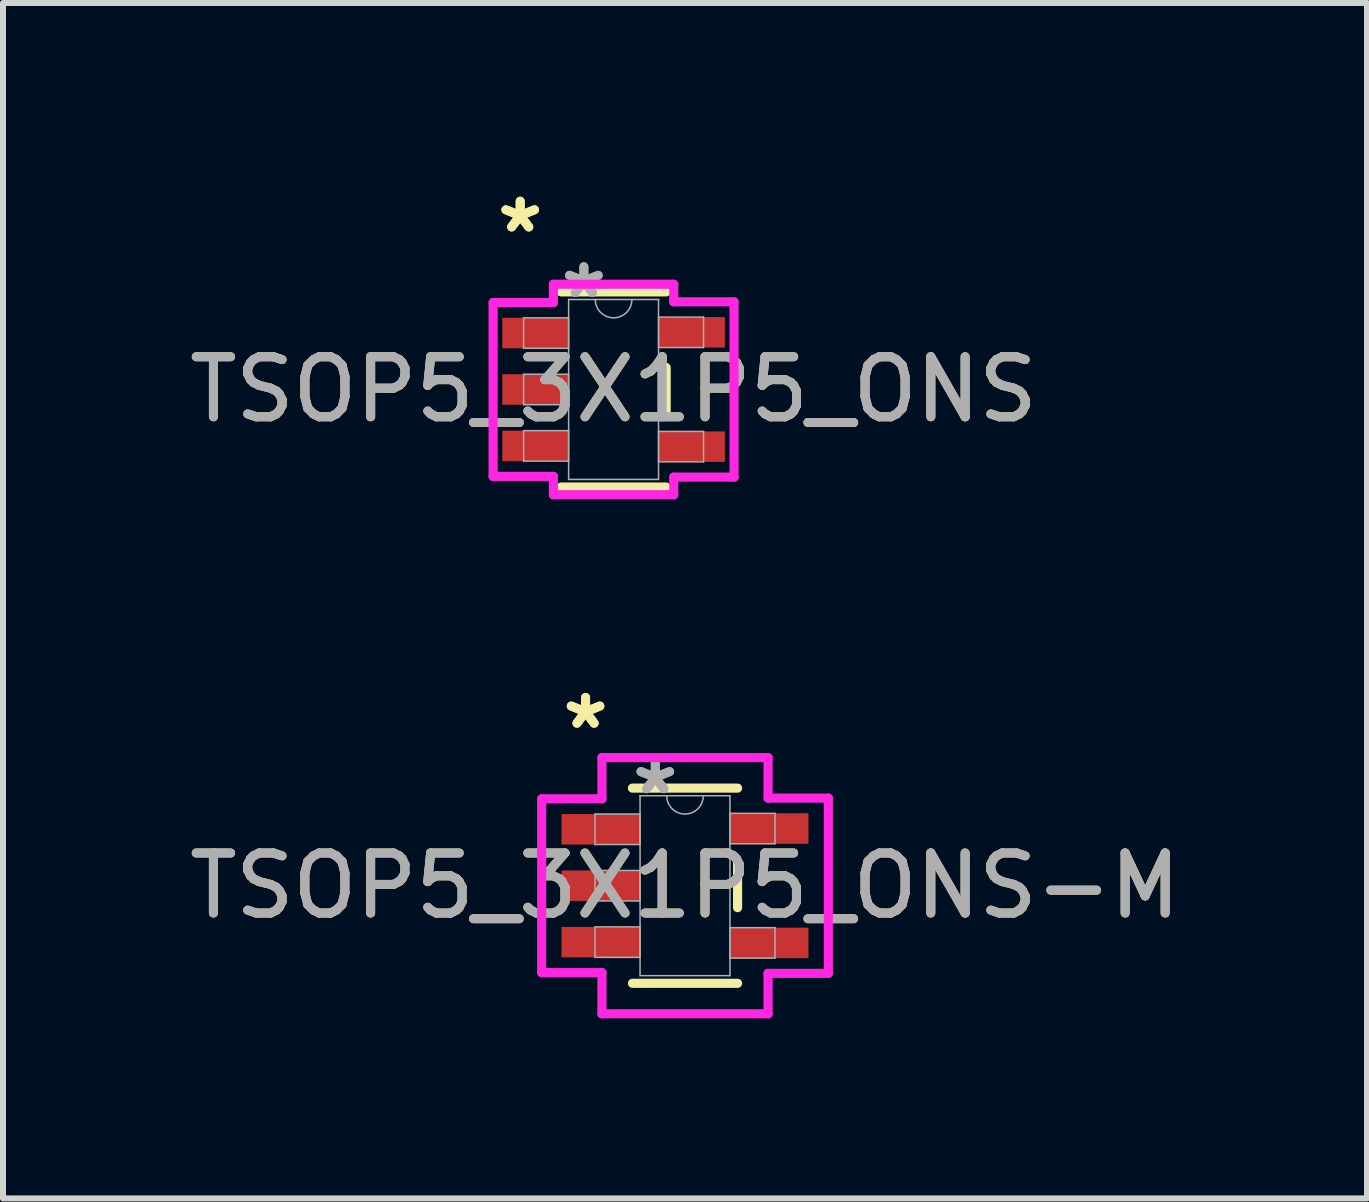
<source format=kicad_pcb>
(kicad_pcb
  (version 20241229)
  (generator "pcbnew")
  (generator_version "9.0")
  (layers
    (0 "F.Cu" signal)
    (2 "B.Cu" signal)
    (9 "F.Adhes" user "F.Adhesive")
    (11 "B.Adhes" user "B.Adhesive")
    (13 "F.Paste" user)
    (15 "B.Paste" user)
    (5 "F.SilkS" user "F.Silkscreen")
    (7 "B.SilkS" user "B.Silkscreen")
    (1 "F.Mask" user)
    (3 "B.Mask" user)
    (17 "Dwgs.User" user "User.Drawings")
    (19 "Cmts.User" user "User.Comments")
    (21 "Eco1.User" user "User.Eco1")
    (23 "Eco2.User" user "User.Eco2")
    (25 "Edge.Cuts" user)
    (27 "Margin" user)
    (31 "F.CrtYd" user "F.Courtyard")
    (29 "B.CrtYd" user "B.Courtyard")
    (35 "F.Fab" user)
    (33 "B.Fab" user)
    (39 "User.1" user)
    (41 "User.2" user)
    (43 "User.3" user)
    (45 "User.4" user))
  (footprint "TSOP5_3X1P5_ONS"
    (layer "F.Cu")
    (at 7.173 3.439)
    (property "Reference" "TSOP5_3X1P5_ONS" (at 0 0 0) (unlocked yes) (layer "F.SilkS") (effects (font (size 1 1) (thickness 0.15))))
    (attr smd)
    (fp_line (start -0.876 1.626) (end 0.876 1.626) (stroke (width 0.152) (type solid)) (layer "F.SilkS"))
    (fp_line (start 0.876 -1.626) (end -0.876 -1.626) (stroke (width 0.152) (type solid)) (layer "F.SilkS"))
    (fp_line (start 0.876 0.366) (end 0.876 -0.366) (stroke (width 0.152) (type solid)) (layer "F.SilkS"))
    (fp_line (start -2.007 -1.448) (end -1.003 -1.448) (stroke (width 0.152) (type solid)) (layer "F.CrtYd"))
    (fp_line (start -2.007 1.448) (end -2.007 -1.448) (stroke (width 0.152) (type solid)) (layer "F.CrtYd"))
    (fp_line (start -1.003 -1.753) (end 1.003 -1.753) (stroke (width 0.152) (type solid)) (layer "F.CrtYd"))
    (fp_line (start -1.003 -1.448) (end -1.003 -1.753) (stroke (width 0.152) (type solid)) (layer "F.CrtYd"))
    (fp_line (start -1.003 1.448) (end -2.007 1.448) (stroke (width 0.152) (type solid)) (layer "F.CrtYd"))
    (fp_line (start -1.003 1.753) (end -1.003 1.448) (stroke (width 0.152) (type solid)) (layer "F.CrtYd"))
    (fp_line (start 1.003 -1.753) (end 1.003 -1.46) (stroke (width 0.152) (type solid)) (layer "F.CrtYd"))
    (fp_line (start 1.003 -1.46) (end 2.007 -1.46) (stroke (width 0.152) (type solid)) (layer "F.CrtYd"))
    (fp_line (start 1.003 1.46) (end 1.003 1.753) (stroke (width 0.152) (type solid)) (layer "F.CrtYd"))
    (fp_line (start 1.003 1.753) (end -1.003 1.753) (stroke (width 0.152) (type solid)) (layer "F.CrtYd"))
    (fp_line (start 2.007 -1.46) (end 2.007 1.46) (stroke (width 0.152) (type solid)) (layer "F.CrtYd"))
    (fp_line (start 2.007 1.46) (end 1.003 1.46) (stroke (width 0.152) (type solid)) (layer "F.CrtYd"))
    (fp_line (start -1.499 -1.194) (end -1.499 -0.686) (stroke (width 0.025) (type solid)) (layer "F.Fab"))
    (fp_line (start -1.499 -0.686) (end -0.749 -0.686) (stroke (width 0.025) (type solid)) (layer "F.Fab"))
    (fp_line (start -1.499 -0.254) (end -1.499 0.254) (stroke (width 0.025) (type solid)) (layer "F.Fab"))
    (fp_line (start -1.499 0.254) (end -0.749 0.254) (stroke (width 0.025) (type solid)) (layer "F.Fab"))
    (fp_line (start -1.499 0.686) (end -1.499 1.194) (stroke (width 0.025) (type solid)) (layer "F.Fab"))
    (fp_line (start -1.499 1.194) (end -0.749 1.194) (stroke (width 0.025) (type solid)) (layer "F.Fab"))
    (fp_line (start -0.749 -1.499) (end -0.749 1.499) (stroke (width 0.025) (type solid)) (layer "F.Fab"))
    (fp_line (start -0.749 -1.194) (end -1.499 -1.194) (stroke (width 0.025) (type solid)) (layer "F.Fab"))
    (fp_line (start -0.749 -0.686) (end -0.749 -1.194) (stroke (width 0.025) (type solid)) (layer "F.Fab"))
    (fp_line (start -0.749 -0.254) (end -1.499 -0.254) (stroke (width 0.025) (type solid)) (layer "F.Fab"))
    (fp_line (start -0.749 0.254) (end -0.749 -0.254) (stroke (width 0.025) (type solid)) (layer "F.Fab"))
    (fp_line (start -0.749 0.686) (end -1.499 0.686) (stroke (width 0.025) (type solid)) (layer "F.Fab"))
    (fp_line (start -0.749 1.194) (end -0.749 0.686) (stroke (width 0.025) (type solid)) (layer "F.Fab"))
    (fp_line (start -0.749 1.499) (end 0.749 1.499) (stroke (width 0.025) (type solid)) (layer "F.Fab"))
    (fp_line (start 0.749 -1.499) (end -0.749 -1.499) (stroke (width 0.025) (type solid)) (layer "F.Fab"))
    (fp_line (start 0.749 -1.206) (end 0.749 -0.699) (stroke (width 0.025) (type solid)) (layer "F.Fab"))
    (fp_line (start 0.749 -0.699) (end 1.499 -0.699) (stroke (width 0.025) (type solid)) (layer "F.Fab"))
    (fp_line (start 0.749 0.699) (end 0.749 1.206) (stroke (width 0.025) (type solid)) (layer "F.Fab"))
    (fp_line (start 0.749 1.206) (end 1.499 1.206) (stroke (width 0.025) (type solid)) (layer "F.Fab"))
    (fp_line (start 0.749 1.499) (end 0.749 -1.499) (stroke (width 0.025) (type solid)) (layer "F.Fab"))
    (fp_line (start 1.499 -1.206) (end 0.749 -1.206) (stroke (width 0.025) (type solid)) (layer "F.Fab"))
    (fp_line (start 1.499 -0.699) (end 1.499 -1.206) (stroke (width 0.025) (type solid)) (layer "F.Fab"))
    (fp_line (start 1.499 0.699) (end 0.749 0.699) (stroke (width 0.025) (type solid)) (layer "F.Fab"))
    (fp_line (start 1.499 1.206) (end 1.499 0.699) (stroke (width 0.025) (type solid)) (layer "F.Fab"))
    (fp_arc (start 0.3048 -1.4986) (mid 0 -1.1938) (end -0.3048 -1.4986) (stroke (width 0.0254) (type solid)) (layer "F.Fab"))
    (fp_text user "*" (at -1.556 -2.591 0) (layer "F.SilkS") (effects (font (size 1 1) (thickness 0.15))))
    (fp_text user "*" (at -1.556 -2.591 0) (unlocked yes) (layer "F.SilkS") (effects (font (size 1 1) (thickness 0.15))))
    (fp_text user "${REFERENCE}" (at 0 0 0) (unlocked yes) (layer "F.Fab") (effects (font (size 1 1) (thickness 0.15))))
    (fp_text user "*" (at -0.495 -1.499 0) (unlocked yes) (layer "F.Fab") (effects (font (size 1 1) (thickness 0.15))))
    (fp_text user "*" (at -0.495 -1.499 0) (layer "F.Fab") (effects (font (size 1 1) (thickness 0.15))))
    (pad "1" smd rect (at -1.302 -0.94) (size 1.105 0.508) (layers "F.Cu" "F.Mask" "F.Paste"))
    (pad "2" smd rect (at -1.302 0) (size 1.105 0.508) (layers "F.Cu" "F.Mask" "F.Paste"))
    (pad "3" smd rect (at -1.302 0.94) (size 1.105 0.508) (layers "F.Cu" "F.Mask" "F.Paste"))
    (pad "4" smd rect (at 1.302 0.953) (size 1.105 0.508) (layers "F.Cu" "F.Mask" "F.Paste"))
    (pad "5" smd rect (at 1.302 -0.953) (size 1.105 0.508) (layers "F.Cu" "F.Mask" "F.Paste")))
  (footprint "TSOP5_3X1P5_ONS-M"
    (layer "F.Cu")
    (at 8.363 11.707)
    (property "Reference" "TSOP5_3X1P5_ONS-M" (at 0 0 0) (unlocked yes) (layer "F.SilkS") (effects (font (size 1 1) (thickness 0.15))))
    (attr smd)
    (fp_line (start -0.876 1.626) (end 0.876 1.626) (stroke (width 0.152) (type solid)) (layer "F.SilkS"))
    (fp_line (start 0.876 -1.626) (end -0.876 -1.626) (stroke (width 0.152) (type solid)) (layer "F.SilkS"))
    (fp_line (start 0.876 0.366) (end 0.876 -0.366) (stroke (width 0.152) (type solid)) (layer "F.SilkS"))
    (fp_line (start -2.388 -1.448) (end -1.384 -1.448) (stroke (width 0.152) (type solid)) (layer "F.CrtYd"))
    (fp_line (start -2.388 1.448) (end -2.388 -1.448) (stroke (width 0.152) (type solid)) (layer "F.CrtYd"))
    (fp_line (start -1.384 -2.134) (end 1.384 -2.134) (stroke (width 0.152) (type solid)) (layer "F.CrtYd"))
    (fp_line (start -1.384 -1.448) (end -1.384 -2.134) (stroke (width 0.152) (type solid)) (layer "F.CrtYd"))
    (fp_line (start -1.384 1.448) (end -2.388 1.448) (stroke (width 0.152) (type solid)) (layer "F.CrtYd"))
    (fp_line (start -1.384 2.134) (end -1.384 1.448) (stroke (width 0.152) (type solid)) (layer "F.CrtYd"))
    (fp_line (start 1.384 -2.134) (end 1.384 -1.46) (stroke (width 0.152) (type solid)) (layer "F.CrtYd"))
    (fp_line (start 1.384 -1.46) (end 2.388 -1.46) (stroke (width 0.152) (type solid)) (layer "F.CrtYd"))
    (fp_line (start 1.384 1.46) (end 1.384 2.134) (stroke (width 0.152) (type solid)) (layer "F.CrtYd"))
    (fp_line (start 1.384 2.134) (end -1.384 2.134) (stroke (width 0.152) (type solid)) (layer "F.CrtYd"))
    (fp_line (start 2.388 -1.46) (end 2.388 1.46) (stroke (width 0.152) (type solid)) (layer "F.CrtYd"))
    (fp_line (start 2.388 1.46) (end 1.384 1.46) (stroke (width 0.152) (type solid)) (layer "F.CrtYd"))
    (fp_line (start -1.499 -1.194) (end -1.499 -0.686) (stroke (width 0.025) (type solid)) (layer "F.Fab"))
    (fp_line (start -1.499 -0.686) (end -0.749 -0.686) (stroke (width 0.025) (type solid)) (layer "F.Fab"))
    (fp_line (start -1.499 -0.254) (end -1.499 0.254) (stroke (width 0.025) (type solid)) (layer "F.Fab"))
    (fp_line (start -1.499 0.254) (end -0.749 0.254) (stroke (width 0.025) (type solid)) (layer "F.Fab"))
    (fp_line (start -1.499 0.686) (end -1.499 1.194) (stroke (width 0.025) (type solid)) (layer "F.Fab"))
    (fp_line (start -1.499 1.194) (end -0.749 1.194) (stroke (width 0.025) (type solid)) (layer "F.Fab"))
    (fp_line (start -0.749 -1.499) (end -0.749 1.499) (stroke (width 0.025) (type solid)) (layer "F.Fab"))
    (fp_line (start -0.749 -1.194) (end -1.499 -1.194) (stroke (width 0.025) (type solid)) (layer "F.Fab"))
    (fp_line (start -0.749 -0.686) (end -0.749 -1.194) (stroke (width 0.025) (type solid)) (layer "F.Fab"))
    (fp_line (start -0.749 -0.254) (end -1.499 -0.254) (stroke (width 0.025) (type solid)) (layer "F.Fab"))
    (fp_line (start -0.749 0.254) (end -0.749 -0.254) (stroke (width 0.025) (type solid)) (layer "F.Fab"))
    (fp_line (start -0.749 0.686) (end -1.499 0.686) (stroke (width 0.025) (type solid)) (layer "F.Fab"))
    (fp_line (start -0.749 1.194) (end -0.749 0.686) (stroke (width 0.025) (type solid)) (layer "F.Fab"))
    (fp_line (start -0.749 1.499) (end 0.749 1.499) (stroke (width 0.025) (type solid)) (layer "F.Fab"))
    (fp_line (start 0.749 -1.499) (end -0.749 -1.499) (stroke (width 0.025) (type solid)) (layer "F.Fab"))
    (fp_line (start 0.749 -1.206) (end 0.749 -0.699) (stroke (width 0.025) (type solid)) (layer "F.Fab"))
    (fp_line (start 0.749 -0.699) (end 1.499 -0.699) (stroke (width 0.025) (type solid)) (layer "F.Fab"))
    (fp_line (start 0.749 0.699) (end 0.749 1.206) (stroke (width 0.025) (type solid)) (layer "F.Fab"))
    (fp_line (start 0.749 1.206) (end 1.499 1.206) (stroke (width 0.025) (type solid)) (layer "F.Fab"))
    (fp_line (start 0.749 1.499) (end 0.749 -1.499) (stroke (width 0.025) (type solid)) (layer "F.Fab"))
    (fp_line (start 1.499 -1.206) (end 0.749 -1.206) (stroke (width 0.025) (type solid)) (layer "F.Fab"))
    (fp_line (start 1.499 -0.699) (end 1.499 -1.206) (stroke (width 0.025) (type solid)) (layer "F.Fab"))
    (fp_line (start 1.499 0.699) (end 0.749 0.699) (stroke (width 0.025) (type solid)) (layer "F.Fab"))
    (fp_line (start 1.499 1.206) (end 1.499 0.699) (stroke (width 0.025) (type solid)) (layer "F.Fab"))
    (fp_arc (start 0.3048 -1.4986) (mid 0 -1.1938) (end -0.3048 -1.4986) (stroke (width 0.0254) (type solid)) (layer "F.Fab"))
    (fp_text user "*" (at -1.657 -2.591 0) (unlocked yes) (layer "F.SilkS") (effects (font (size 1 1) (thickness 0.15))))
    (fp_text user "*" (at -1.657 -2.591 0) (layer "F.SilkS") (effects (font (size 1 1) (thickness 0.15))))
    (fp_text user "*" (at -0.495 -1.499 0) (layer "F.Fab") (effects (font (size 1 1) (thickness 0.15))))
    (fp_text user "${REFERENCE}" (at 0 0 0) (unlocked yes) (layer "F.Fab") (effects (font (size 1 1) (thickness 0.15))))
    (fp_text user "*" (at -0.495 -1.499 0) (unlocked yes) (layer "F.Fab") (effects (font (size 1 1) (thickness 0.15))))
    (pad "1" smd rect (at -1.403 -0.94) (size 1.308 0.508) (layers "F.Cu" "F.Mask" "F.Paste"))
    (pad "2" smd rect (at -1.403 0) (size 1.308 0.508) (layers "F.Cu" "F.Mask" "F.Paste"))
    (pad "3" smd rect (at -1.403 0.94) (size 1.308 0.508) (layers "F.Cu" "F.Mask" "F.Paste"))
    (pad "4" smd rect (at 1.403 0.953) (size 1.308 0.508) (layers "F.Cu" "F.Mask" "F.Paste"))
    (pad "5" smd rect (at 1.403 -0.953) (size 1.308 0.508) (layers "F.Cu" "F.Mask" "F.Paste")))
  (gr_rect
    (start -3 -3)
    (end 19.726 16.917)
    (stroke (width 0.1) (type default))
    (fill no)
    (layer "Edge.Cuts")))
</source>
